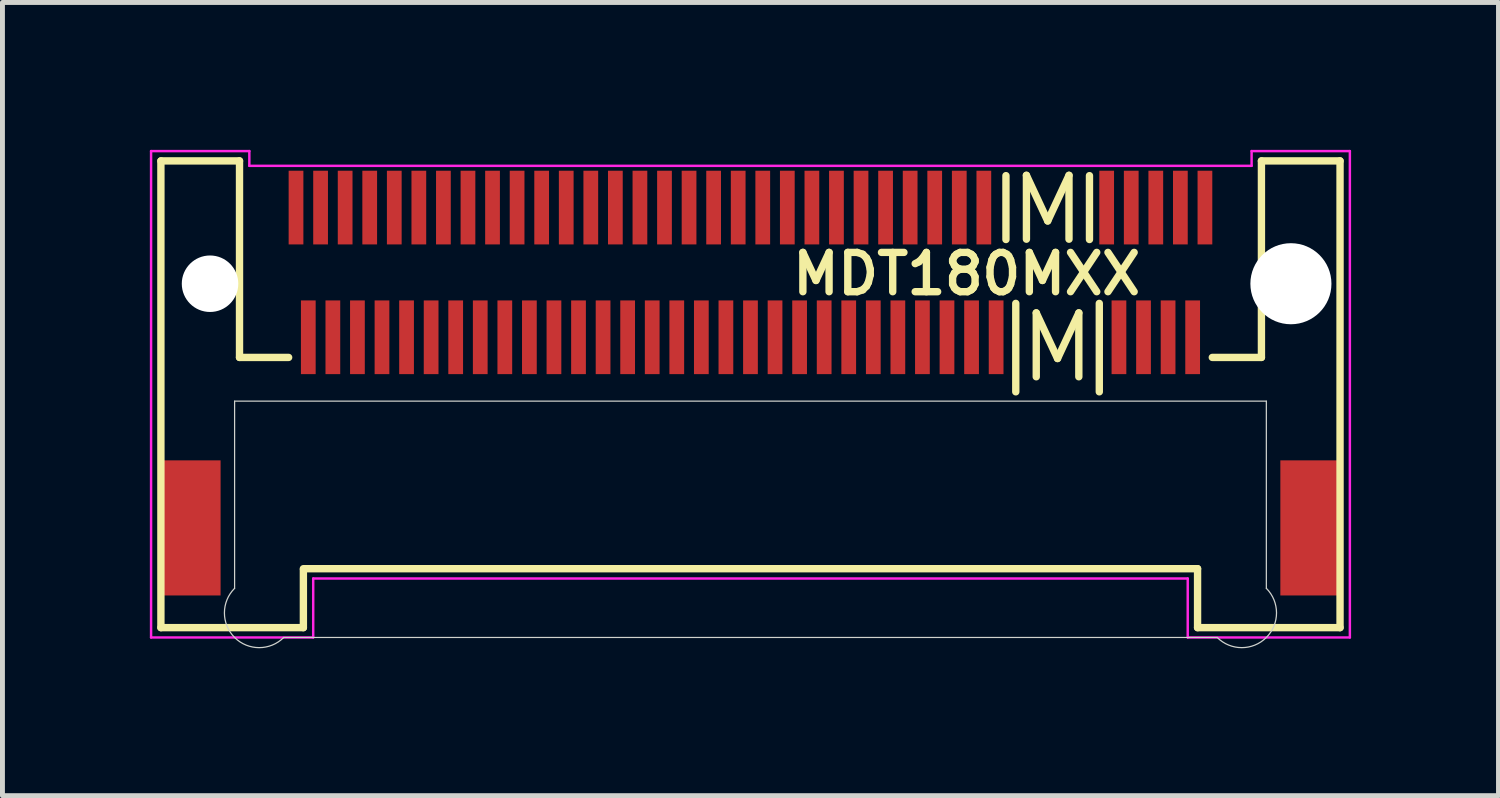
<source format=kicad_pcb>
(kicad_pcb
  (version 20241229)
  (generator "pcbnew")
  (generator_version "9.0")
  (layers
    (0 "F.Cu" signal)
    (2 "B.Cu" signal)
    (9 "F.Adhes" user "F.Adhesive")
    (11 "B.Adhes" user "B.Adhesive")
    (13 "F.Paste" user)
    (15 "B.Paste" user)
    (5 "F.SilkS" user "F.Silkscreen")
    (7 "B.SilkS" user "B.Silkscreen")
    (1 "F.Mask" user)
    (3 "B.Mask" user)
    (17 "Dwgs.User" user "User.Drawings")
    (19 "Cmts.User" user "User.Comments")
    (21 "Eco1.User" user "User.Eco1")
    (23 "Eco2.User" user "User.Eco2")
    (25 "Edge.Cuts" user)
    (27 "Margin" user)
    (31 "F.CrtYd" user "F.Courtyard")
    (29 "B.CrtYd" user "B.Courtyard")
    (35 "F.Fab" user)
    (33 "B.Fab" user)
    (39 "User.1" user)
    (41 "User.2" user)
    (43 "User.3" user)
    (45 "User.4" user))
  (footprint "MDT180MXX"
    (layer "F.Cu")
    (at 12.225 2.725)
    (property "Reference" "MDT180MXX" (at 4.4 -0.2 0) (layer "F.SilkS") (effects (font (size 0.8 0.8) (thickness 0.15))))
    (attr through_hole)
    (fp_line (start -12 -2.5) (end -12 7) (stroke (width 0.15) (type solid)) (layer "F.SilkS"))
    (fp_line (start -12 -2.5) (end -10.4 -2.5) (stroke (width 0.15) (type solid)) (layer "F.SilkS"))
    (fp_line (start -12 7) (end -9.1 7) (stroke (width 0.15) (type solid)) (layer "F.SilkS"))
    (fp_line (start -10.4 -2.5) (end -10.4 1.5) (stroke (width 0.15) (type solid)) (layer "F.SilkS"))
    (fp_line (start -9.4 1.5) (end -10.4 1.5) (stroke (width 0.15) (type solid)) (layer "F.SilkS"))
    (fp_line (start -9.1 5.8) (end 9.1 5.8) (stroke (width 0.15) (type solid)) (layer "F.SilkS"))
    (fp_line (start -9.1 7) (end -9.1 5.82) (stroke (width 0.15) (type solid)) (layer "F.SilkS"))
    (fp_line (start 5.2 -2.2) (end 5.2 -0.9) (stroke (width 0.15) (type solid)) (layer "F.SilkS"))
    (fp_line (start 5.4 0.4) (end 5.4 2.2) (stroke (width 0.15) (type solid)) (layer "F.SilkS"))
    (fp_line (start 6.9 -2.2) (end 6.9 -0.9) (stroke (width 0.15) (type solid)) (layer "F.SilkS"))
    (fp_line (start 7.1 0.4) (end 7.1 2.2) (stroke (width 0.15) (type solid)) (layer "F.SilkS"))
    (fp_line (start 9.1 7) (end 9.1 5.8) (stroke (width 0.15) (type solid)) (layer "F.SilkS"))
    (fp_line (start 9.1 7) (end 12 7) (stroke (width 0.15) (type solid)) (layer "F.SilkS"))
    (fp_line (start 10.4 -2.5) (end 12 -2.5) (stroke (width 0.15) (type solid)) (layer "F.SilkS"))
    (fp_line (start 10.4 1.5) (end 9.4 1.5) (stroke (width 0.15) (type solid)) (layer "F.SilkS"))
    (fp_line (start 10.4 1.5) (end 10.4 -2.5) (stroke (width 0.15) (type solid)) (layer "F.SilkS"))
    (fp_line (start 12 -2.5) (end 12 7) (stroke (width 0.15) (type solid)) (layer "F.SilkS"))
    (fp_line (start -10.5 2.39) (end -10.5 6.2) (stroke (width 0.025) (type solid)) (layer "Edge.Cuts"))
    (fp_line (start -9.5 7.2) (end 9.5 7.2) (stroke (width 0.025) (type solid)) (layer "Edge.Cuts"))
    (fp_line (start 10.5 2.39) (end -10.5 2.39) (stroke (width 0.025) (type solid)) (layer "Edge.Cuts"))
    (fp_line (start 10.5 6.2) (end 10.5 2.39) (stroke (width 0.025) (type solid)) (layer "Edge.Cuts"))
    (fp_arc (start -9.5 7.2) (mid -10.5 7.2) (end -10.5 6.2) (stroke (width 0.0254) (type solid)) (layer "Edge.Cuts"))
    (fp_arc (start 10.5 6.2) (mid 10.5 7.2) (end 9.5 7.2) (stroke (width 0.0254) (type solid)) (layer "Edge.Cuts"))
    (fp_line (start -12.2 -2.7) (end -10.2 -2.7) (stroke (width 0.05) (type solid)) (layer "F.CrtYd"))
    (fp_line (start -12.2 7.2) (end -12.2 -2.7) (stroke (width 0.05) (type solid)) (layer "F.CrtYd"))
    (fp_line (start -10.2 -2.7) (end -10.2 -2.4) (stroke (width 0.05) (type solid)) (layer "F.CrtYd"))
    (fp_line (start -10.2 -2.4) (end 10.2 -2.4) (stroke (width 0.05) (type solid)) (layer "F.CrtYd"))
    (fp_line (start -8.9 6) (end -8.9 7.2) (stroke (width 0.05) (type solid)) (layer "F.CrtYd"))
    (fp_line (start -8.9 7.2) (end -12.2 7.2) (stroke (width 0.05) (type solid)) (layer "F.CrtYd"))
    (fp_line (start 8.9 6) (end -8.9 6) (stroke (width 0.05) (type solid)) (layer "F.CrtYd"))
    (fp_line (start 8.9 7.2) (end 8.9 6) (stroke (width 0.05) (type solid)) (layer "F.CrtYd"))
    (fp_line (start 10.2 -2.7) (end 12.2 -2.7) (stroke (width 0.05) (type solid)) (layer "F.CrtYd"))
    (fp_line (start 10.2 -2.4) (end 10.2 -2.7) (stroke (width 0.05) (type solid)) (layer "F.CrtYd"))
    (fp_line (start 12.2 -2.7) (end 12.2 7.2) (stroke (width 0.05) (type solid)) (layer "F.CrtYd"))
    (fp_line (start 12.2 7.2) (end 8.9 7.2) (stroke (width 0.05) (type solid)) (layer "F.CrtYd"))
    (fp_text user "M" (at 6.05 -1.5 0) (layer "F.SilkS") (effects (font (size 1.3 1.3) (thickness 0.15))))
    (fp_text user "M" (at 6.25 1.3 0) (layer "F.SilkS") (effects (font (size 1.3 1.3) (thickness 0.15))))
    (pad "" smd rect (at -11.385 4.97) (size 1.2 2.75) (layers "F.Cu" "F.Mask" "F.Paste"))
    (pad "" np_thru_hole circle (at -11 0) (size 1.15 1.15) (drill 1.15) (layers "*.Cu"))
    (pad "" np_thru_hole circle (at 11 0) (size 1.65 1.65) (drill 1.65) (layers "*.Cu"))
    (pad "" smd rect (at 11.385 4.97) (size 1.2 2.75) (layers "F.Cu" "F.Mask" "F.Paste"))
    (pad "1" smd rect (at -9.25 -1.55) (size 0.3 1.5) (layers "F.Cu" "F.Mask" "F.Paste"))
    (pad "2" smd rect (at -9 1.09) (size 0.3 1.5) (layers "F.Cu" "F.Mask" "F.Paste"))
    (pad "3" smd rect (at -8.75 -1.55) (size 0.3 1.5) (layers "F.Cu" "F.Mask" "F.Paste"))
    (pad "4" smd rect (at -8.5 1.09) (size 0.3 1.5) (layers "F.Cu" "F.Mask" "F.Paste"))
    (pad "5" smd rect (at -8.25 -1.55) (size 0.3 1.5) (layers "F.Cu" "F.Mask" "F.Paste"))
    (pad "6" smd rect (at -8 1.09) (size 0.3 1.5) (layers "F.Cu" "F.Mask" "F.Paste"))
    (pad "7" smd rect (at -7.75 -1.55) (size 0.3 1.5) (layers "F.Cu" "F.Mask" "F.Paste"))
    (pad "8" smd rect (at -7.5 1.09) (size 0.3 1.5) (layers "F.Cu" "F.Mask" "F.Paste"))
    (pad "9" smd rect (at -7.25 -1.55) (size 0.3 1.5) (layers "F.Cu" "F.Mask" "F.Paste"))
    (pad "10" smd rect (at -7 1.09) (size 0.3 1.5) (layers "F.Cu" "F.Mask" "F.Paste"))
    (pad "11" smd rect (at -6.75 -1.55) (size 0.3 1.5) (layers "F.Cu" "F.Mask" "F.Paste"))
    (pad "12" smd rect (at -6.5 1.09) (size 0.3 1.5) (layers "F.Cu" "F.Mask" "F.Paste"))
    (pad "13" smd rect (at -6.25 -1.55) (size 0.3 1.5) (layers "F.Cu" "F.Mask" "F.Paste"))
    (pad "14" smd rect (at -6 1.09) (size 0.3 1.5) (layers "F.Cu" "F.Mask" "F.Paste"))
    (pad "15" smd rect (at -5.75 -1.55) (size 0.3 1.5) (layers "F.Cu" "F.Mask" "F.Paste"))
    (pad "16" smd rect (at -5.5 1.09) (size 0.3 1.5) (layers "F.Cu" "F.Mask" "F.Paste"))
    (pad "17" smd rect (at -5.25 -1.55) (size 0.3 1.5) (layers "F.Cu" "F.Mask" "F.Paste"))
    (pad "18" smd rect (at -5 1.09) (size 0.3 1.5) (layers "F.Cu" "F.Mask" "F.Paste"))
    (pad "19" smd rect (at -4.75 -1.55) (size 0.3 1.5) (layers "F.Cu" "F.Mask" "F.Paste"))
    (pad "20" smd rect (at -4.5 1.09) (size 0.3 1.5) (layers "F.Cu" "F.Mask" "F.Paste"))
    (pad "21" smd rect (at -4.25 -1.55) (size 0.3 1.5) (layers "F.Cu" "F.Mask" "F.Paste"))
    (pad "22" smd rect (at -4 1.09) (size 0.3 1.5) (layers "F.Cu" "F.Mask" "F.Paste"))
    (pad "23" smd rect (at -3.75 -1.55) (size 0.3 1.5) (layers "F.Cu" "F.Mask" "F.Paste"))
    (pad "24" smd rect (at -3.5 1.09) (size 0.3 1.5) (layers "F.Cu" "F.Mask" "F.Paste"))
    (pad "25" smd rect (at -3.25 -1.55) (size 0.3 1.5) (layers "F.Cu" "F.Mask" "F.Paste"))
    (pad "26" smd rect (at -3 1.09) (size 0.3 1.5) (layers "F.Cu" "F.Mask" "F.Paste"))
    (pad "27" smd rect (at -2.75 -1.55) (size 0.3 1.5) (layers "F.Cu" "F.Mask" "F.Paste"))
    (pad "28" smd rect (at -2.5 1.09) (size 0.3 1.5) (layers "F.Cu" "F.Mask" "F.Paste"))
    (pad "29" smd rect (at -2.25 -1.55) (size 0.3 1.5) (layers "F.Cu" "F.Mask" "F.Paste"))
    (pad "30" smd rect (at -2 1.09) (size 0.3 1.5) (layers "F.Cu" "F.Mask" "F.Paste"))
    (pad "31" smd rect (at -1.75 -1.55) (size 0.3 1.5) (layers "F.Cu" "F.Mask" "F.Paste"))
    (pad "32" smd rect (at -1.5 1.09) (size 0.3 1.5) (layers "F.Cu" "F.Mask" "F.Paste"))
    (pad "33" smd rect (at -1.25 -1.55) (size 0.3 1.5) (layers "F.Cu" "F.Mask" "F.Paste"))
    (pad "34" smd rect (at -1 1.09) (size 0.3 1.5) (layers "F.Cu" "F.Mask" "F.Paste"))
    (pad "35" smd rect (at -0.75 -1.55) (size 0.3 1.5) (layers "F.Cu" "F.Mask" "F.Paste"))
    (pad "36" smd rect (at -0.5 1.09) (size 0.3 1.5) (layers "F.Cu" "F.Mask" "F.Paste"))
    (pad "37" smd rect (at -0.25 -1.55) (size 0.3 1.5) (layers "F.Cu" "F.Mask" "F.Paste"))
    (pad "38" smd rect (at 0 1.09) (size 0.3 1.5) (layers "F.Cu" "F.Mask" "F.Paste"))
    (pad "39" smd rect (at 0.25 -1.55) (size 0.3 1.5) (layers "F.Cu" "F.Mask" "F.Paste"))
    (pad "40" smd rect (at 0.5 1.09) (size 0.3 1.5) (layers "F.Cu" "F.Mask" "F.Paste"))
    (pad "41" smd rect (at 0.75 -1.55) (size 0.3 1.5) (layers "F.Cu" "F.Mask" "F.Paste"))
    (pad "42" smd rect (at 1 1.09) (size 0.3 1.5) (layers "F.Cu" "F.Mask" "F.Paste"))
    (pad "43" smd rect (at 1.25 -1.55) (size 0.3 1.5) (layers "F.Cu" "F.Mask" "F.Paste"))
    (pad "44" smd rect (at 1.5 1.09) (size 0.3 1.5) (layers "F.Cu" "F.Mask" "F.Paste"))
    (pad "45" smd rect (at 1.75 -1.55) (size 0.3 1.5) (layers "F.Cu" "F.Mask" "F.Paste"))
    (pad "46" smd rect (at 2 1.09) (size 0.3 1.5) (layers "F.Cu" "F.Mask" "F.Paste"))
    (pad "47" smd rect (at 2.25 -1.55) (size 0.3 1.5) (layers "F.Cu" "F.Mask" "F.Paste"))
    (pad "48" smd rect (at 2.5 1.09) (size 0.3 1.5) (layers "F.Cu" "F.Mask" "F.Paste"))
    (pad "49" smd rect (at 2.75 -1.55) (size 0.3 1.5) (layers "F.Cu" "F.Mask" "F.Paste"))
    (pad "50" smd rect (at 3 1.09) (size 0.3 1.5) (layers "F.Cu" "F.Mask" "F.Paste"))
    (pad "51" smd rect (at 3.25 -1.55) (size 0.3 1.5) (layers "F.Cu" "F.Mask" "F.Paste"))
    (pad "52" smd rect (at 3.5 1.09) (size 0.3 1.5) (layers "F.Cu" "F.Mask" "F.Paste"))
    (pad "53" smd rect (at 3.75 -1.55) (size 0.3 1.5) (layers "F.Cu" "F.Mask" "F.Paste"))
    (pad "54" smd rect (at 4 1.09) (size 0.3 1.5) (layers "F.Cu" "F.Mask" "F.Paste"))
    (pad "55" smd rect (at 4.25 -1.55) (size 0.3 1.5) (layers "F.Cu" "F.Mask" "F.Paste"))
    (pad "56" smd rect (at 4.5 1.09) (size 0.3 1.5) (layers "F.Cu" "F.Mask" "F.Paste"))
    (pad "57" smd rect (at 4.75 -1.55) (size 0.3 1.5) (layers "F.Cu" "F.Mask" "F.Paste"))
    (pad "58" smd rect (at 5 1.09) (size 0.3 1.5) (layers "F.Cu" "F.Mask" "F.Paste"))
    (pad "67" smd rect (at 7.25 -1.55) (size 0.3 1.5) (layers "F.Cu" "F.Mask" "F.Paste"))
    (pad "68" smd rect (at 7.5 1.09) (size 0.3 1.5) (layers "F.Cu" "F.Mask" "F.Paste"))
    (pad "69" smd rect (at 7.75 -1.55) (size 0.3 1.5) (layers "F.Cu" "F.Mask" "F.Paste"))
    (pad "70" smd rect (at 8 1.09) (size 0.3 1.5) (layers "F.Cu" "F.Mask" "F.Paste"))
    (pad "71" smd rect (at 8.25 -1.55) (size 0.3 1.5) (layers "F.Cu" "F.Mask" "F.Paste"))
    (pad "72" smd rect (at 8.5 1.09) (size 0.3 1.5) (layers "F.Cu" "F.Mask" "F.Paste"))
    (pad "73" smd rect (at 8.75 -1.55) (size 0.3 1.5) (layers "F.Cu" "F.Mask" "F.Paste"))
    (pad "74" smd rect (at 9 1.09) (size 0.3 1.5) (layers "F.Cu" "F.Mask" "F.Paste"))
    (pad "75" smd rect (at 9.25 -1.55) (size 0.3 1.5) (layers "F.Cu" "F.Mask" "F.Paste")))
  (gr_rect
    (start -3 -3)
    (end 27.45 13.145)
    (stroke (width 0.1) (type default))
    (fill no)
    (layer "Edge.Cuts")))
</source>
